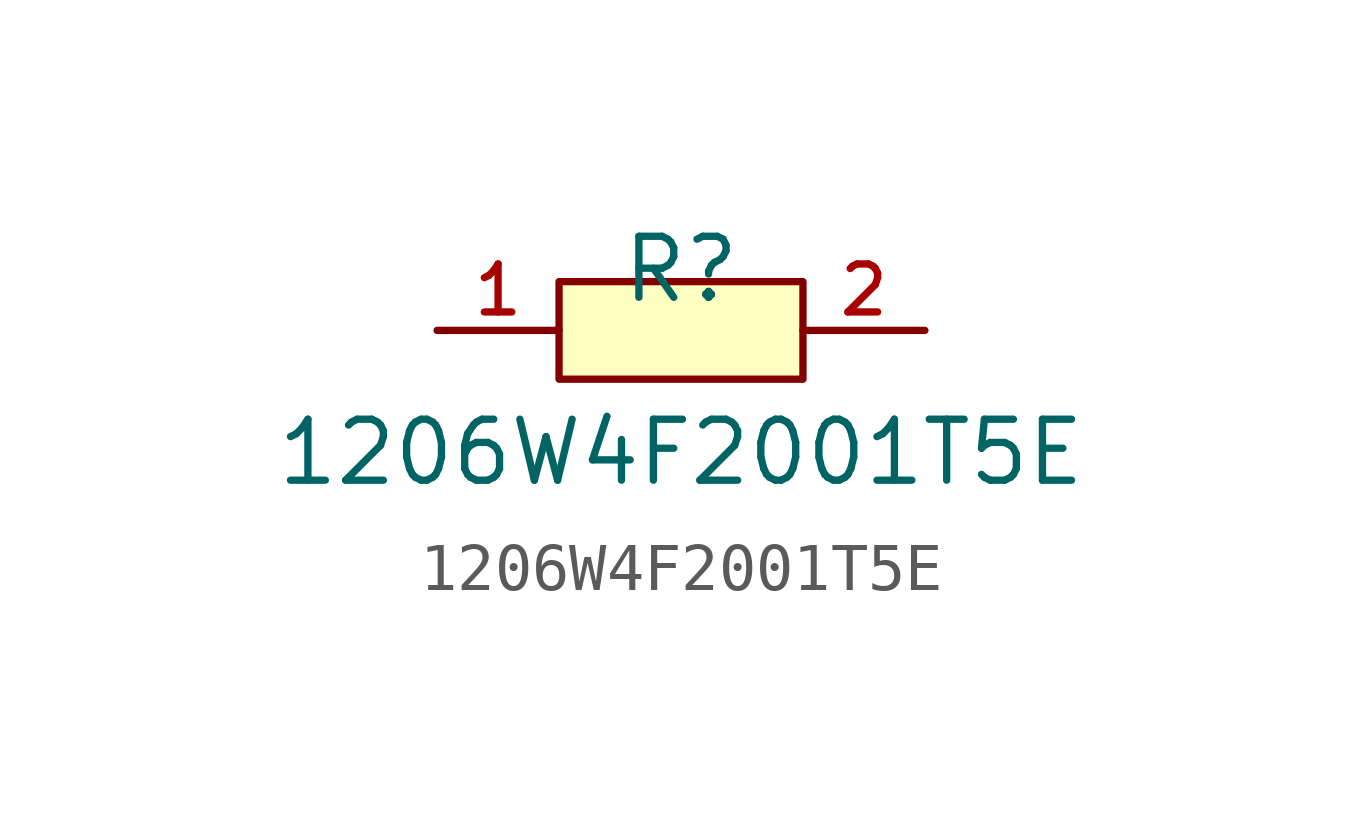
<source format=kicad_sym>
(kicad_symbol_lib
  (version 20210201)
  (generator TousstNicolas/JLC2KiCad_lib)
  (symbol "1206W4F2001T5E"
    (pin_names hide)
    (property "Reference" "R"
      (at 0 1.27 0)
      (effects (font (size 1.27 1.27))))
    (property "Value" "1206W4F2001T5E"
      (at 0 -2.54 0)
      (effects (font (size 1.27 1.27))))
    (symbol "1206W4F2001T5E_0_1"
      (pin input line (at 5.08 -0.0 180) (length 2.54) (name "2" (effects (font (size 1 1)))) (number "2" (effects (font (size 1 1)))))
      (pin input line (at -5.08 -0.0 0) (length 2.54) (name "1" (effects (font (size 1 1)))) (number "1" (effects (font (size 1 1)))))
      (rectangle (start -2.54 1.016) (end 2.54 -1.016) (stroke (width 0) (type default) (color 0 0 0 0)) (fill (type background))))))
</source>
